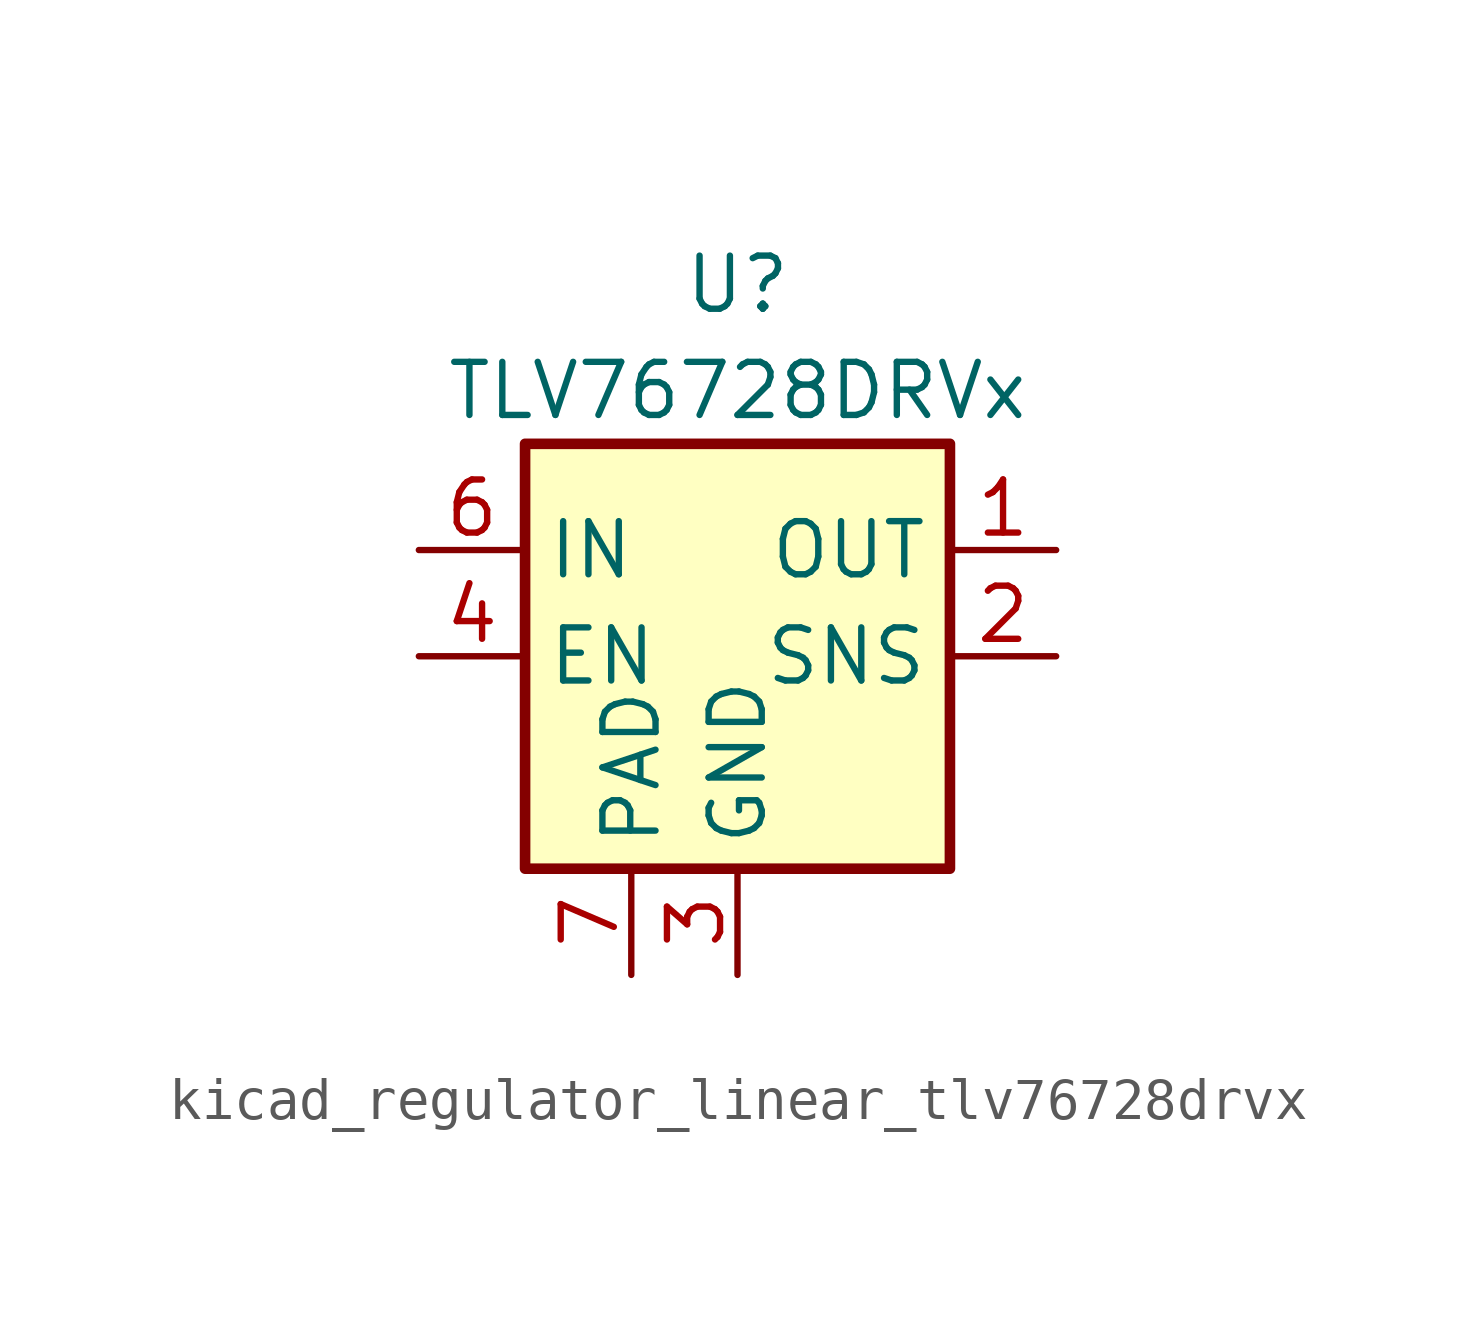
<source format=kicad_sym>
(kicad_symbol_lib
  (version 20220914)
  (generator kicad_symbol_editor)
  (symbol "kicad_regulator_linear_tlv76728drvx"
    (property "Reference" "U"
      (at 0 8.89 0)
      (effects (font (size 1.27 1.27))))
    (property "Value" "TLV76728DRVx"
      (at 0 6.35 0)
      (effects (font (size 1.27 1.27))))
    (symbol "kicad_regulator_linear_tlv76728drvx_0_1"
      (rectangle (start -5.08 -5.08) (end 5.08 5.08) (stroke (width 0.254) (type default)) (fill (type background))))
    (symbol "kicad_regulator_linear_tlv76728drvx_1_1"
      (pin power_out line (at 7.62 2.54 180) (length 2.54) (name "OUT" (effects (font (size 1.27 1.27)))) (number "1" (effects (font (size 1.27 1.27)))))
      (pin input line (at 7.62 0 180) (length 2.54) (name "SNS" (effects (font (size 1.27 1.27)))) (number "2" (effects (font (size 1.27 1.27)))))
      (pin power_in line (at 0 -7.62 90) (length 2.54) (name "GND" (effects (font (size 1.27 1.27)))) (number "3" (effects (font (size 1.27 1.27)))))
      (pin input line (at -7.62 0 0) (length 2.54) (name "EN" (effects (font (size 1.27 1.27)))) (number "4" (effects (font (size 1.27 1.27)))))
      (pin passive line (at 0 -7.62 90) (length 2.54) hide (name "GND" (effects (font (size 1.27 1.27)))) (number "5" (effects (font (size 1.27 1.27)))))
      (pin power_in line (at -7.62 2.54 0) (length 2.54) (name "IN" (effects (font (size 1.27 1.27)))) (number "6" (effects (font (size 1.27 1.27)))))
      (pin passive line (at -2.54 -7.62 90) (length 2.54) (name "PAD" (effects (font (size 1.27 1.27)))) (number "7" (effects (font (size 1.27 1.27))))))))
</source>
